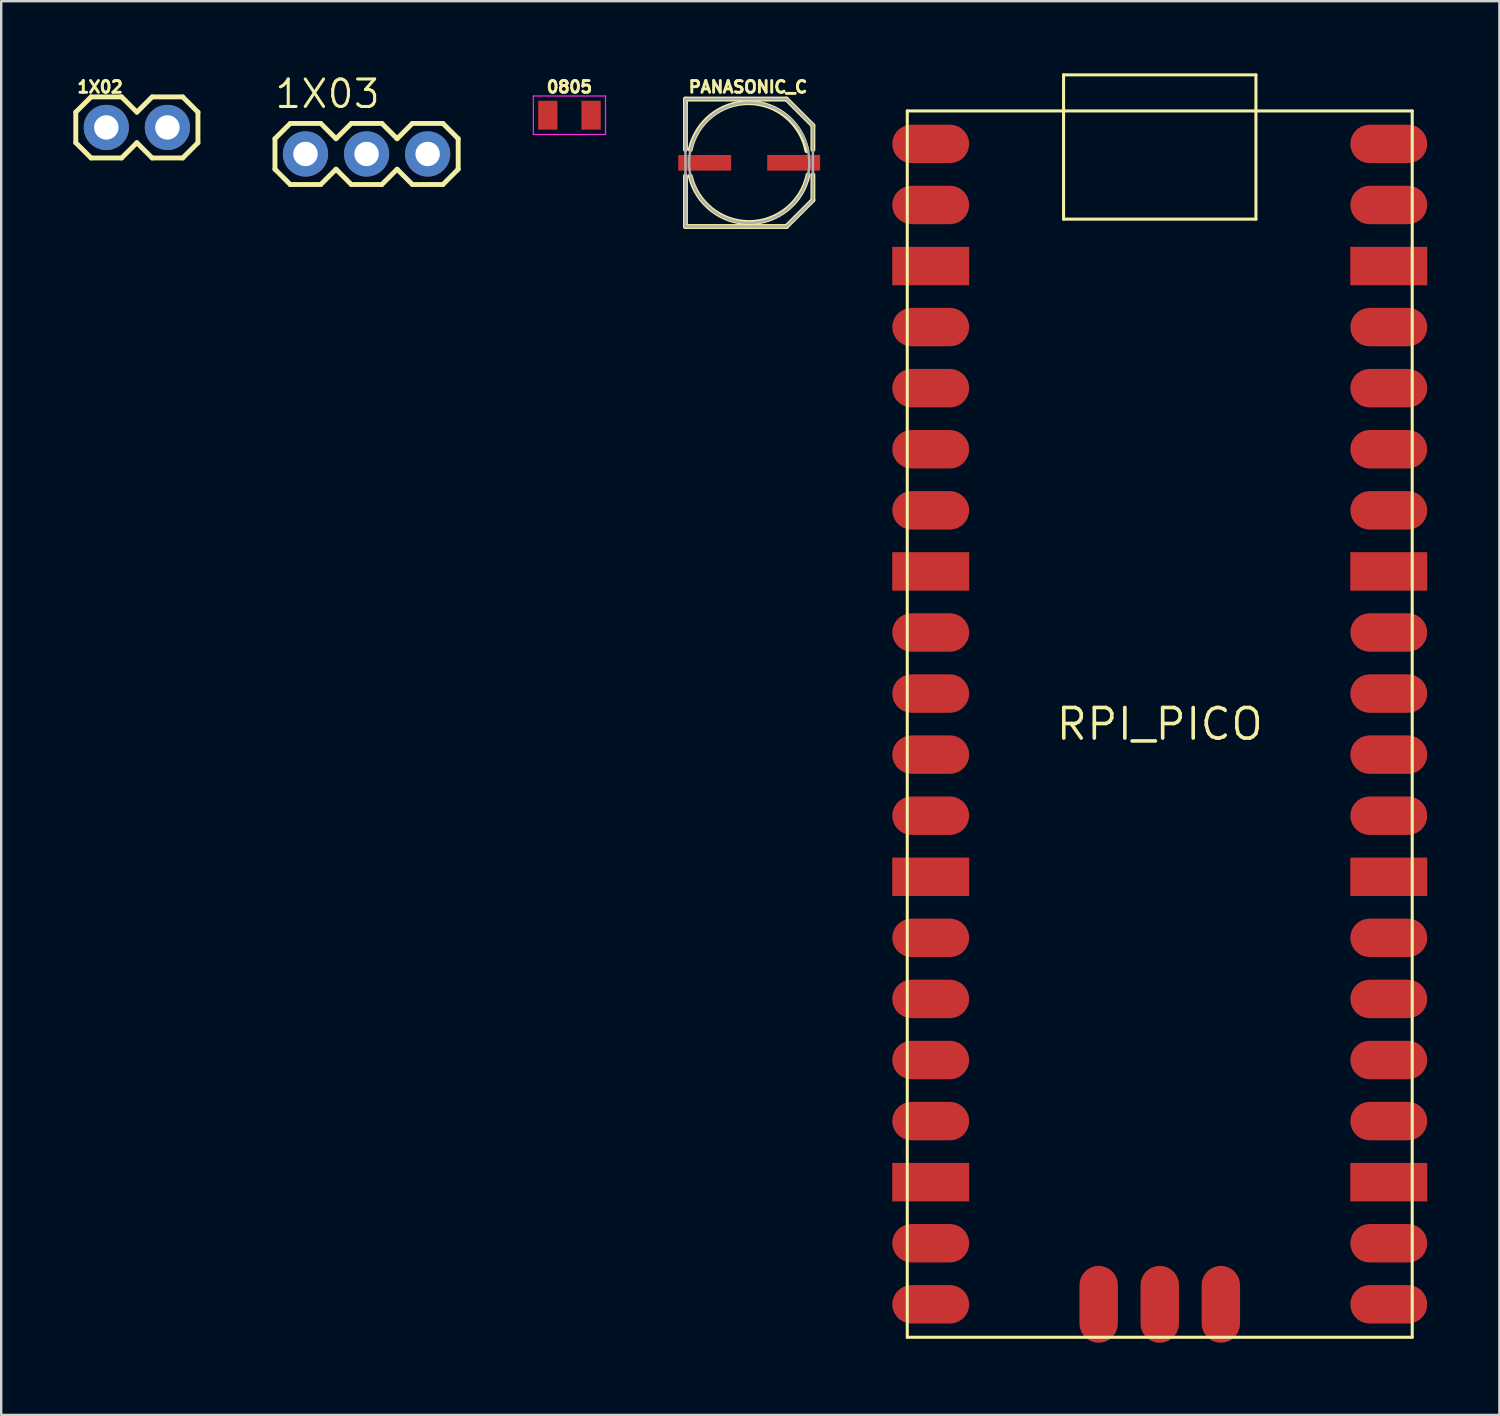
<source format=kicad_pcb>
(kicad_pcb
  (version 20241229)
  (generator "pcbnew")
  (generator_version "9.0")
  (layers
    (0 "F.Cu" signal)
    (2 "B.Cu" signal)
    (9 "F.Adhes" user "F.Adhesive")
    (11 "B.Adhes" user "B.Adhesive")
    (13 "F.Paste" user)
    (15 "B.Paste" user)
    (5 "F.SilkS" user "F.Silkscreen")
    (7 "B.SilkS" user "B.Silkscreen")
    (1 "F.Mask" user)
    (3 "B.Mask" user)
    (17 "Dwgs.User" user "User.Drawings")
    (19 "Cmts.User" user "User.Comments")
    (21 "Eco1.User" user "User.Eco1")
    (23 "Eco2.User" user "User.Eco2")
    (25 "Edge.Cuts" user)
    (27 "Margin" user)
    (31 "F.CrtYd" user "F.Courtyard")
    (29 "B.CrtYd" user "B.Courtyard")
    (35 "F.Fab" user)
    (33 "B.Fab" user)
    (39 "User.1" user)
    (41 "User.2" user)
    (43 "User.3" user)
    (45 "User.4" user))
  (footprint "0805"
    (layer "F.Cu")
    (at 20.632 1.742)
    (property "Reference" "0805" (at 0 -0.889 0) (unlocked yes) (layer "F.SilkS") (effects (font (size 0.488 0.488) (thickness 0.122)) (justify bottom)))
    (fp_line (start -1.5 -0.8) (end 1.5 -0.8) (stroke (width 0.051) (type solid)) (layer "F.CrtYd"))
    (fp_line (start -1.5 0.8) (end -1.5 -0.8) (stroke (width 0.051) (type solid)) (layer "F.CrtYd"))
    (fp_line (start 1.5 -0.8) (end 1.5 0.8) (stroke (width 0.051) (type solid)) (layer "F.CrtYd"))
    (fp_line (start 1.5 0.8) (end -1.5 0.8) (stroke (width 0.051) (type solid)) (layer "F.CrtYd"))
    (pad "1" smd rect (at -0.9 0) (size 0.8 1.2) (layers "F.Cu" "F.Mask" "F.Paste"))
    (pad "2" smd rect (at 0.9 0) (size 0.8 1.2) (layers "F.Cu" "F.Mask" "F.Paste")))
  (footprint "PANASONIC_C"
    (layer "F.Cu")
    (at 28.057 3.52)
    (property "Reference" "PANASONIC_C" (at 0 -2.667 0) (unlocked yes) (layer "F.SilkS") (effects (font (size 0.488 0.488) (thickness 0.122)) (justify bottom)))
    (fp_line (start -2.6 -2.45) (end -2.6 -0.35) (stroke (width 0.203) (type solid)) (layer "F.SilkS"))
    (fp_line (start -2.6 -2.45) (end 1.6 -2.45) (stroke (width 0.203) (type solid)) (layer "F.SilkS"))
    (fp_line (start -2.6 2.85) (end -2.6 0.75) (stroke (width 0.203) (type solid)) (layer "F.SilkS"))
    (fp_line (start 1.6 -2.45) (end 2.7 -1.35) (stroke (width 0.203) (type solid)) (layer "F.SilkS"))
    (fp_line (start 1.6 2.85) (end -2.6 2.85) (stroke (width 0.203) (type solid)) (layer "F.SilkS"))
    (fp_line (start 2.7 -1.35) (end 2.7 -0.35) (stroke (width 0.203) (type solid)) (layer "F.SilkS"))
    (fp_line (start 2.7 1.75) (end 1.6 2.85) (stroke (width 0.203) (type solid)) (layer "F.SilkS"))
    (fp_line (start 2.7 1.75) (end 2.7 0.7) (stroke (width 0.203) (type solid)) (layer "F.SilkS"))
    (fp_arc (start -2.4 -0.35) (mid 0.045371 -2.30101) (end 2.449999 -0.3) (stroke (width 0.2032) (type solid)) (layer "F.SilkS"))
    (fp_arc (start 2.5 0.7) (mid 0.070009 2.685977) (end -2.400001 0.75) (stroke (width 0.2032) (type solid)) (layer "F.SilkS"))
    (fp_line (start -2.6 -2.45) (end -2.6 2.85) (stroke (width 0.102) (type solid)) (layer "F.Fab"))
    (fp_line (start -2.6 -2.45) (end 1.6 -2.45) (stroke (width 0.102) (type solid)) (layer "F.Fab"))
    (fp_line (start 1.6 -2.45) (end 2.7 -1.35) (stroke (width 0.102) (type solid)) (layer "F.Fab"))
    (fp_line (start 1.6 2.85) (end -2.6 2.85) (stroke (width 0.102) (type solid)) (layer "F.Fab"))
    (fp_line (start 2.7 -1.35) (end 2.7 1.75) (stroke (width 0.102) (type solid)) (layer "F.Fab"))
    (fp_line (start 2.7 1.75) (end 1.6 2.85) (stroke (width 0.102) (type solid)) (layer "F.Fab"))
    (fp_circle (center 0.05 0.2) (end 2.55 0.2) (stroke (width 0.102) (type solid)) (fill no) (layer "F.Fab"))
    (pad "1" smd rect (at -1.8 0.2) (size 2.2 0.65) (layers "F.Cu" "F.Mask" "F.Paste"))
    (pad "2" smd rect (at 1.9 0.2) (size 2.2 0.65) (layers "F.Cu" "F.Mask" "F.Paste")))
  (footprint "RPI_PICO"
    (layer "F.Cu")
    (at 45.182 27.064)
    (property "Reference" "RPI_PICO" (at 0 0 0) (layer "F.SilkS") (effects (font (size 1.27 1.27) (thickness 0.15))))
    (fp_line (start -10.5 -25.5) (end -4 -25.5) (stroke (width 0.127) (type solid)) (layer "F.SilkS"))
    (fp_line (start -10.5 25.5) (end -10.5 -25.5) (stroke (width 0.127) (type solid)) (layer "F.SilkS"))
    (fp_line (start -4 -27) (end 4 -27) (stroke (width 0.127) (type solid)) (layer "F.SilkS"))
    (fp_line (start -4 -25.5) (end -4 -27) (stroke (width 0.127) (type solid)) (layer "F.SilkS"))
    (fp_line (start -4 -25.5) (end -4 -21) (stroke (width 0.127) (type solid)) (layer "F.SilkS"))
    (fp_line (start -4 -25.5) (end 4 -25.5) (stroke (width 0.127) (type solid)) (layer "F.SilkS"))
    (fp_line (start -4 -21) (end 4 -21) (stroke (width 0.127) (type solid)) (layer "F.SilkS"))
    (fp_line (start 4 -27) (end 4 -25.5) (stroke (width 0.127) (type solid)) (layer "F.SilkS"))
    (fp_line (start 4 -25.5) (end 10.5 -25.5) (stroke (width 0.127) (type solid)) (layer "F.SilkS"))
    (fp_line (start 4 -21) (end 4 -25.5) (stroke (width 0.127) (type solid)) (layer "F.SilkS"))
    (fp_line (start 10.5 -25.5) (end 10.5 25.5) (stroke (width 0.127) (type solid)) (layer "F.SilkS"))
    (fp_line (start 10.5 25.5) (end -10.5 25.5) (stroke (width 0.127) (type solid)) (layer "F.SilkS"))
    (pad "3V3" smd roundrect (at 9.525 -13.97 90) (size 1.6 3.2) (layers "F.Cu" "F.Mask" "F.Paste") (roundrect_rratio 0.5))
    (pad "3V3_EN" smd roundrect (at 9.525 -16.51 90) (size 1.6 3.2) (layers "F.Cu" "F.Mask" "F.Paste") (roundrect_rratio 0.5))
    (pad "ADC_VREF" smd roundrect (at 9.525 -11.43 90) (size 1.6 3.2) (layers "F.Cu" "F.Mask" "F.Paste") (roundrect_rratio 0.5))
    (pad "AGND" smd rect (at 9.525 -6.35 90) (size 1.6 3.2) (layers "F.Cu" "F.Mask" "F.Paste"))
    (pad "GND@1" smd rect (at -9.525 -19.05 90) (size 1.6 3.2) (layers "F.Cu" "F.Mask" "F.Paste"))
    (pad "GND@2" smd rect (at -9.525 -6.35 90) (size 1.6 3.2) (layers "F.Cu" "F.Mask" "F.Paste"))
    (pad "GND@3" smd rect (at -9.525 6.35 90) (size 1.6 3.2) (layers "F.Cu" "F.Mask" "F.Paste"))
    (pad "GND@4" smd rect (at -9.525 19.05 90) (size 1.6 3.2) (layers "F.Cu" "F.Mask" "F.Paste"))
    (pad "GND@5" smd roundrect (at 0 24.13) (size 1.6 3.2) (layers "F.Cu" "F.Mask" "F.Paste") (roundrect_rratio 0.5))
    (pad "GND@6" smd rect (at 9.525 19.05 90) (size 1.6 3.2) (layers "F.Cu" "F.Mask" "F.Paste"))
    (pad "GND@7" smd rect (at 9.525 6.35 90) (size 1.6 3.2) (layers "F.Cu" "F.Mask" "F.Paste"))
    (pad "GND@8" smd rect (at 9.525 -19.05 90) (size 1.6 3.2) (layers "F.Cu" "F.Mask" "F.Paste"))
    (pad "GP0" smd roundrect (at -9.525 -24.13 90) (size 1.6 3.2) (layers "F.Cu" "F.Mask" "F.Paste") (roundrect_rratio 0.5))
    (pad "GP1" smd roundrect (at -9.525 -21.59 90) (size 1.6 3.2) (layers "F.Cu" "F.Mask" "F.Paste") (roundrect_rratio 0.5))
    (pad "GP2" smd roundrect (at -9.525 -16.51 90) (size 1.6 3.2) (layers "F.Cu" "F.Mask" "F.Paste") (roundrect_rratio 0.5))
    (pad "GP3" smd roundrect (at -9.525 -13.97 90) (size 1.6 3.2) (layers "F.Cu" "F.Mask" "F.Paste") (roundrect_rratio 0.5))
    (pad "GP4" smd roundrect (at -9.525 -11.43 90) (size 1.6 3.2) (layers "F.Cu" "F.Mask" "F.Paste") (roundrect_rratio 0.5))
    (pad "GP5" smd roundrect (at -9.525 -8.89 90) (size 1.6 3.2) (layers "F.Cu" "F.Mask" "F.Paste") (roundrect_rratio 0.5))
    (pad "GP6" smd roundrect (at -9.525 -3.81 90) (size 1.6 3.2) (layers "F.Cu" "F.Mask" "F.Paste") (roundrect_rratio 0.5))
    (pad "GP7" smd roundrect (at -9.525 -1.27 90) (size 1.6 3.2) (layers "F.Cu" "F.Mask" "F.Paste") (roundrect_rratio 0.5))
    (pad "GP8" smd roundrect (at -9.525 1.27 90) (size 1.6 3.2) (layers "F.Cu" "F.Mask" "F.Paste") (roundrect_rratio 0.5))
    (pad "GP9" smd roundrect (at -9.525 3.81 90) (size 1.6 3.2) (layers "F.Cu" "F.Mask" "F.Paste") (roundrect_rratio 0.5))
    (pad "GP10" smd roundrect (at -9.525 8.89 90) (size 1.6 3.2) (layers "F.Cu" "F.Mask" "F.Paste") (roundrect_rratio 0.5))
    (pad "GP11" smd roundrect (at -9.525 11.43 90) (size 1.6 3.2) (layers "F.Cu" "F.Mask" "F.Paste") (roundrect_rratio 0.5))
    (pad "GP12" smd roundrect (at -9.525 13.97 90) (size 1.6 3.2) (layers "F.Cu" "F.Mask" "F.Paste") (roundrect_rratio 0.5))
    (pad "GP13" smd roundrect (at -9.525 16.51 90) (size 1.6 3.2) (layers "F.Cu" "F.Mask" "F.Paste") (roundrect_rratio 0.5))
    (pad "GP14" smd roundrect (at -9.525 21.59 90) (size 1.6 3.2) (layers "F.Cu" "F.Mask" "F.Paste") (roundrect_rratio 0.5))
    (pad "GP15" smd roundrect (at -9.525 24.13 90) (size 1.6 3.2) (layers "F.Cu" "F.Mask" "F.Paste") (roundrect_rratio 0.5))
    (pad "GP16" smd roundrect (at 9.525 24.13 90) (size 1.6 3.2) (layers "F.Cu" "F.Mask" "F.Paste") (roundrect_rratio 0.5))
    (pad "GP17" smd roundrect (at 9.525 21.59 90) (size 1.6 3.2) (layers "F.Cu" "F.Mask" "F.Paste") (roundrect_rratio 0.5))
    (pad "GP18" smd roundrect (at 9.525 16.51 90) (size 1.6 3.2) (layers "F.Cu" "F.Mask" "F.Paste") (roundrect_rratio 0.5))
    (pad "GP19" smd roundrect (at 9.525 13.97 90) (size 1.6 3.2) (layers "F.Cu" "F.Mask" "F.Paste") (roundrect_rratio 0.5))
    (pad "GP20" smd roundrect (at 9.525 11.43 90) (size 1.6 3.2) (layers "F.Cu" "F.Mask" "F.Paste") (roundrect_rratio 0.5))
    (pad "GP21" smd roundrect (at 9.525 8.89 90) (size 1.6 3.2) (layers "F.Cu" "F.Mask" "F.Paste") (roundrect_rratio 0.5))
    (pad "GP22" smd roundrect (at 9.525 3.81 90) (size 1.6 3.2) (layers "F.Cu" "F.Mask" "F.Paste") (roundrect_rratio 0.5))
    (pad "GP26_A0" smd roundrect (at 9.525 -1.27 90) (size 1.6 3.2) (layers "F.Cu" "F.Mask" "F.Paste") (roundrect_rratio 0.5))
    (pad "GP27_A1" smd roundrect (at 9.525 -3.81 90) (size 1.6 3.2) (layers "F.Cu" "F.Mask" "F.Paste") (roundrect_rratio 0.5))
    (pad "GP28_A2" smd roundrect (at 9.525 -8.89 90) (size 1.6 3.2) (layers "F.Cu" "F.Mask" "F.Paste") (roundrect_rratio 0.5))
    (pad "RUN" smd roundrect (at 9.525 1.27 90) (size 1.6 3.2) (layers "F.Cu" "F.Mask" "F.Paste") (roundrect_rratio 0.5))
    (pad "SWCLK" smd roundrect (at -2.54 24.13) (size 1.6 3.2) (layers "F.Cu" "F.Mask" "F.Paste") (roundrect_rratio 0.5))
    (pad "SWDIO" smd roundrect (at 2.54 24.13) (size 1.6 3.2) (layers "F.Cu" "F.Mask" "F.Paste") (roundrect_rratio 0.5))
    (pad "VBUS" smd roundrect (at 9.525 -24.13 90) (size 1.6 3.2) (layers "F.Cu" "F.Mask" "F.Paste") (roundrect_rratio 0.5))
    (pad "VSYS" smd roundrect (at 9.525 -21.59 90) (size 1.6 3.2) (layers "F.Cu" "F.Mask" "F.Paste") (roundrect_rratio 0.5)))
  (footprint "1X02"
    (layer "F.Cu")
    (at 1.372 2.25)
    (property "Reference" "1X02" (at -1.27 -1.397 0) (unlocked yes) (layer "F.SilkS") (effects (font (size 0.488 0.488) (thickness 0.122)) (justify left bottom)))
    (fp_line (start -1.27 -0.635) (end -1.27 0.635) (stroke (width 0.203) (type solid)) (layer "F.SilkS"))
    (fp_line (start -1.27 0.635) (end -0.635 1.27) (stroke (width 0.203) (type solid)) (layer "F.SilkS"))
    (fp_line (start -0.635 -1.27) (end -1.27 -0.635) (stroke (width 0.203) (type solid)) (layer "F.SilkS"))
    (fp_line (start -0.635 -1.27) (end 0.635 -1.27) (stroke (width 0.203) (type solid)) (layer "F.SilkS"))
    (fp_line (start 0.635 -1.27) (end 1.27 -0.635) (stroke (width 0.203) (type solid)) (layer "F.SilkS"))
    (fp_line (start 0.635 1.27) (end -0.635 1.27) (stroke (width 0.203) (type solid)) (layer "F.SilkS"))
    (fp_line (start 1.27 -0.635) (end 1.905 -1.27) (stroke (width 0.203) (type solid)) (layer "F.SilkS"))
    (fp_line (start 1.27 0.635) (end 0.635 1.27) (stroke (width 0.203) (type solid)) (layer "F.SilkS"))
    (fp_line (start 1.905 -1.27) (end 3.175 -1.27) (stroke (width 0.203) (type solid)) (layer "F.SilkS"))
    (fp_line (start 1.905 1.27) (end 1.27 0.635) (stroke (width 0.203) (type solid)) (layer "F.SilkS"))
    (fp_line (start 3.175 -1.27) (end 3.81 -0.635) (stroke (width 0.203) (type solid)) (layer "F.SilkS"))
    (fp_line (start 3.175 1.27) (end 1.905 1.27) (stroke (width 0.203) (type solid)) (layer "F.SilkS"))
    (fp_line (start 3.81 -0.635) (end 3.81 0.635) (stroke (width 0.203) (type solid)) (layer "F.SilkS"))
    (fp_line (start 3.81 0.635) (end 3.175 1.27) (stroke (width 0.203) (type solid)) (layer "F.SilkS"))
    (fp_poly (pts (xy -0.254 0.254) (xy 0.254 0.254) (xy 0.254 -0.254) (xy -0.254 -0.254)) (stroke (width 0.1) (type default)) (fill no) (layer "F.Fab"))
    (fp_poly (pts (xy 2.286 0.254) (xy 2.794 0.254) (xy 2.794 -0.254) (xy 2.286 -0.254)) (stroke (width 0.1) (type default)) (fill no) (layer "F.Fab"))
    (pad "1" thru_hole circle (at 0 0 90) (size 1.88 1.88) (drill 1.016) (layers "*.Cu" "*.Mask"))
    (pad "2" thru_hole circle (at 2.54 0 90) (size 1.88 1.88) (drill 1.016) (layers "*.Cu" "*.Mask")))
  (footprint "1X03"
    (layer "F.Cu")
    (at 9.655 3.353)
    (property "Reference" "1X03" (at -1.346 -1.829 0) (unlocked yes) (layer "F.SilkS") (effects (font (size 1.143 1.143) (thickness 0.127)) (justify left bottom)))
    (fp_line (start -1.27 -0.635) (end -1.27 0.635) (stroke (width 0.203) (type solid)) (layer "F.SilkS"))
    (fp_line (start -1.27 0.635) (end -0.635 1.27) (stroke (width 0.203) (type solid)) (layer "F.SilkS"))
    (fp_line (start -0.635 -1.27) (end -1.27 -0.635) (stroke (width 0.203) (type solid)) (layer "F.SilkS"))
    (fp_line (start -0.635 -1.27) (end 0.635 -1.27) (stroke (width 0.203) (type solid)) (layer "F.SilkS"))
    (fp_line (start 0.635 -1.27) (end 1.27 -0.635) (stroke (width 0.203) (type solid)) (layer "F.SilkS"))
    (fp_line (start 0.635 1.27) (end -0.635 1.27) (stroke (width 0.203) (type solid)) (layer "F.SilkS"))
    (fp_line (start 1.27 -0.635) (end 1.905 -1.27) (stroke (width 0.203) (type solid)) (layer "F.SilkS"))
    (fp_line (start 1.27 0.635) (end 0.635 1.27) (stroke (width 0.203) (type solid)) (layer "F.SilkS"))
    (fp_line (start 1.905 -1.27) (end 3.175 -1.27) (stroke (width 0.203) (type solid)) (layer "F.SilkS"))
    (fp_line (start 1.905 1.27) (end 1.27 0.635) (stroke (width 0.203) (type solid)) (layer "F.SilkS"))
    (fp_line (start 3.175 -1.27) (end 3.81 -0.635) (stroke (width 0.203) (type solid)) (layer "F.SilkS"))
    (fp_line (start 3.175 1.27) (end 1.905 1.27) (stroke (width 0.203) (type solid)) (layer "F.SilkS"))
    (fp_line (start 3.81 -0.635) (end 4.445 -1.27) (stroke (width 0.203) (type solid)) (layer "F.SilkS"))
    (fp_line (start 3.81 0.635) (end 3.175 1.27) (stroke (width 0.203) (type solid)) (layer "F.SilkS"))
    (fp_line (start 4.445 -1.27) (end 5.715 -1.27) (stroke (width 0.203) (type solid)) (layer "F.SilkS"))
    (fp_line (start 4.445 1.27) (end 3.81 0.635) (stroke (width 0.203) (type solid)) (layer "F.SilkS"))
    (fp_line (start 5.715 -1.27) (end 6.35 -0.635) (stroke (width 0.203) (type solid)) (layer "F.SilkS"))
    (fp_line (start 5.715 1.27) (end 4.445 1.27) (stroke (width 0.203) (type solid)) (layer "F.SilkS"))
    (fp_line (start 6.35 -0.635) (end 6.35 0.635) (stroke (width 0.203) (type solid)) (layer "F.SilkS"))
    (fp_line (start 6.35 0.635) (end 5.715 1.27) (stroke (width 0.203) (type solid)) (layer "F.SilkS"))
    (fp_poly (pts (xy -0.254 0.254) (xy 0.254 0.254) (xy 0.254 -0.254) (xy -0.254 -0.254)) (stroke (width 0.1) (type default)) (fill no) (layer "F.Fab"))
    (fp_poly (pts (xy 2.286 0.254) (xy 2.794 0.254) (xy 2.794 -0.254) (xy 2.286 -0.254)) (stroke (width 0.1) (type default)) (fill no) (layer "F.Fab"))
    (fp_poly (pts (xy 4.826 0.254) (xy 5.334 0.254) (xy 5.334 -0.254) (xy 4.826 -0.254)) (stroke (width 0.1) (type default)) (fill no) (layer "F.Fab"))
    (pad "1" thru_hole circle (at 0 0 90) (size 1.88 1.88) (drill 1.016) (layers "*.Cu" "*.Mask"))
    (pad "2" thru_hole circle (at 2.54 0 90) (size 1.88 1.88) (drill 1.016) (layers "*.Cu" "*.Mask"))
    (pad "3" thru_hole circle (at 5.08 0 90) (size 1.88 1.88) (drill 1.016) (layers "*.Cu" "*.Mask")))
  (gr_rect
    (start -3 -3)
    (end 59.307 55.794)
    (stroke (width 0.1) (type default))
    (fill no)
    (layer "Edge.Cuts")))
</source>
